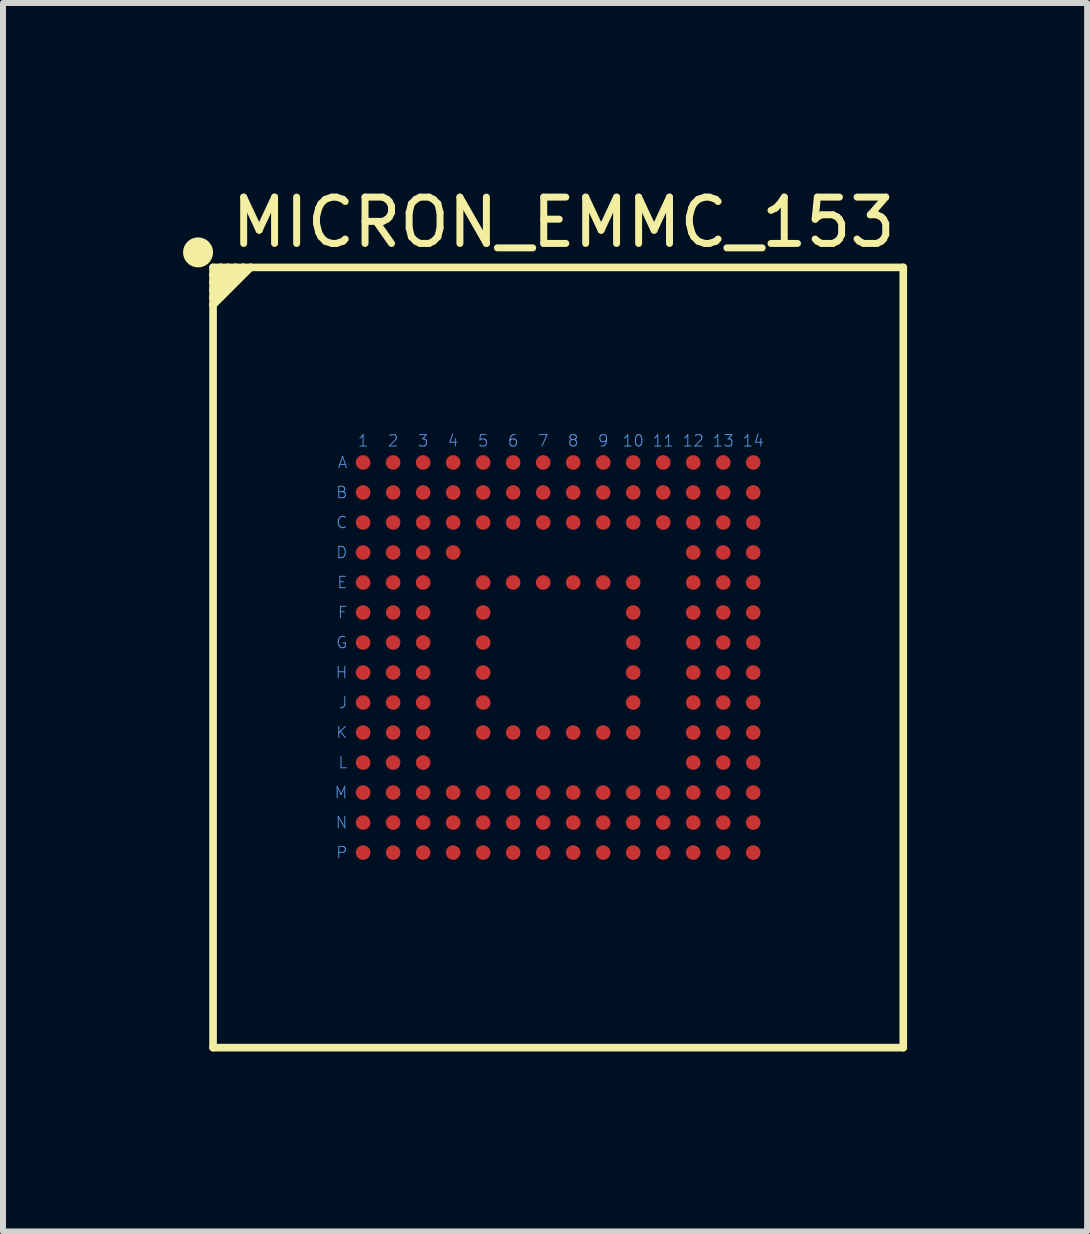
<source format=kicad_pcb>
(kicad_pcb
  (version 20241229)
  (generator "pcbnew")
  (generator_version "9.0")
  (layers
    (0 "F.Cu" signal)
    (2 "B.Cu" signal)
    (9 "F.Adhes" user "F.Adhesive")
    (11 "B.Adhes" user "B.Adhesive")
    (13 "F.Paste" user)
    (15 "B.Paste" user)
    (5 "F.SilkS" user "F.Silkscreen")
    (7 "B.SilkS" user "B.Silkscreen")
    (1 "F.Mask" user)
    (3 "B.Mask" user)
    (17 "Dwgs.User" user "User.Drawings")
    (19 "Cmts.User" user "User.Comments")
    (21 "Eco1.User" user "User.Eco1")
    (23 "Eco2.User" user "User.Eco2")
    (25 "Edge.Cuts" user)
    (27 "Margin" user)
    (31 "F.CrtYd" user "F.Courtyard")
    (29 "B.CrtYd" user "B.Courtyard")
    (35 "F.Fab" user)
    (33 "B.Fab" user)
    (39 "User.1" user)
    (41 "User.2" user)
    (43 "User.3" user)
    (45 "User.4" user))
  (footprint "MICRON_EMMC_153"
    (layer "F.Cu")
    (at 6.25 7.905)
    (property "Reference" "MICRON_EMMC_153" (at -5.5 -7.25 0) (layer "F.SilkS") (effects (font (size 0.772 0.772) (thickness 0.116)) (justify left)))
    (attr through_hole)
    (fp_line (start -5.75 -6.5) (end -5.75 -6.375) (stroke (width 0.127) (type solid)) (layer "F.SilkS"))
    (fp_line (start -5.75 -6.375) (end -5.75 -6.25) (stroke (width 0.127) (type solid)) (layer "F.SilkS"))
    (fp_line (start -5.75 -6.375) (end -5.625 -6.5) (stroke (width 0.127) (type solid)) (layer "F.SilkS"))
    (fp_line (start -5.75 -6.25) (end -5.75 -6.125) (stroke (width 0.127) (type solid)) (layer "F.SilkS"))
    (fp_line (start -5.75 -6.25) (end -5.5 -6.5) (stroke (width 0.127) (type solid)) (layer "F.SilkS"))
    (fp_line (start -5.75 -6.125) (end -5.75 -6) (stroke (width 0.127) (type solid)) (layer "F.SilkS"))
    (fp_line (start -5.75 -6.125) (end -5.375 -6.5) (stroke (width 0.127) (type solid)) (layer "F.SilkS"))
    (fp_line (start -5.75 -6) (end -5.75 -5.875) (stroke (width 0.127) (type solid)) (layer "F.SilkS"))
    (fp_line (start -5.75 -6) (end -5.25 -6.5) (stroke (width 0.127) (type solid)) (layer "F.SilkS"))
    (fp_line (start -5.75 -5.875) (end -5.75 6.5) (stroke (width 0.127) (type solid)) (layer "F.SilkS"))
    (fp_line (start -5.75 -5.875) (end -5.125 -6.5) (stroke (width 0.127) (type solid)) (layer "F.SilkS"))
    (fp_line (start -5.75 6.5) (end 5.75 6.5) (stroke (width 0.127) (type solid)) (layer "F.SilkS"))
    (fp_line (start -5.625 -6.5) (end -5.75 -6.5) (stroke (width 0.127) (type solid)) (layer "F.SilkS"))
    (fp_line (start -5.5 -6.5) (end -5.625 -6.5) (stroke (width 0.127) (type solid)) (layer "F.SilkS"))
    (fp_line (start -5.375 -6.5) (end -5.5 -6.5) (stroke (width 0.127) (type solid)) (layer "F.SilkS"))
    (fp_line (start -5.25 -6.5) (end -5.375 -6.5) (stroke (width 0.127) (type solid)) (layer "F.SilkS"))
    (fp_line (start -5.125 -6.5) (end -5.25 -6.5) (stroke (width 0.127) (type solid)) (layer "F.SilkS"))
    (fp_line (start 5.75 -6.5) (end -5.125 -6.5) (stroke (width 0.127) (type solid)) (layer "F.SilkS"))
    (fp_line (start 5.75 6.5) (end 5.75 -6.5) (stroke (width 0.127) (type solid)) (layer "F.SilkS"))
    (fp_circle (center -6 -6.75) (end -5.875 -6.75) (stroke (width 0.25) (type solid)) (fill no) (layer "F.SilkS"))
    (fp_text user "11" (at 1.75 -3.5 0) (layer "Cmts.User") (effects (font (size 0.19 0.19) (thickness 0.016)) (justify bottom)))
    (fp_text user "5" (at -1.25 -3.5 0) (layer "Cmts.User") (effects (font (size 0.19 0.19) (thickness 0.016)) (justify bottom)))
    (fp_text user "M" (at -3.5 2.25 0) (layer "Cmts.User") (effects (font (size 0.19 0.19) (thickness 0.016)) (justify right)))
    (fp_text user "14" (at 3.25 -3.5 0) (layer "Cmts.User") (effects (font (size 0.19 0.19) (thickness 0.016)) (justify bottom)))
    (fp_text user "L" (at -3.5 1.75 0) (layer "Cmts.User") (effects (font (size 0.19 0.19) (thickness 0.016)) (justify right)))
    (fp_text user "4" (at -1.75 -3.5 0) (layer "Cmts.User") (effects (font (size 0.19 0.19) (thickness 0.016)) (justify bottom)))
    (fp_text user "G" (at -3.5 -0.25 0) (layer "Cmts.User") (effects (font (size 0.19 0.19) (thickness 0.016)) (justify right)))
    (fp_text user "N" (at -3.5 2.75 0) (layer "Cmts.User") (effects (font (size 0.19 0.19) (thickness 0.016)) (justify right)))
    (fp_text user "H" (at -3.5 0.25 0) (layer "Cmts.User") (effects (font (size 0.19 0.19) (thickness 0.016)) (justify right)))
    (fp_text user "1" (at -3.25 -3.5 0) (layer "Cmts.User") (effects (font (size 0.19 0.19) (thickness 0.016)) (justify bottom)))
    (fp_text user "2" (at -2.75 -3.5 0) (layer "Cmts.User") (effects (font (size 0.19 0.19) (thickness 0.016)) (justify bottom)))
    (fp_text user "C" (at -3.5 -2.25 0) (layer "Cmts.User") (effects (font (size 0.19 0.19) (thickness 0.016)) (justify right)))
    (fp_text user "13" (at 2.75 -3.5 0) (layer "Cmts.User") (effects (font (size 0.19 0.19) (thickness 0.016)) (justify bottom)))
    (fp_text user "9" (at 0.75 -3.5 0) (layer "Cmts.User") (effects (font (size 0.19 0.19) (thickness 0.016)) (justify bottom)))
    (fp_text user "K" (at -3.5 1.25 0) (layer "Cmts.User") (effects (font (size 0.19 0.19) (thickness 0.016)) (justify right)))
    (fp_text user "D" (at -3.5 -1.75 0) (layer "Cmts.User") (effects (font (size 0.19 0.19) (thickness 0.016)) (justify right)))
    (fp_text user "8" (at 0.25 -3.5 0) (layer "Cmts.User") (effects (font (size 0.19 0.19) (thickness 0.016)) (justify bottom)))
    (fp_text user "6" (at -0.75 -3.5 0) (layer "Cmts.User") (effects (font (size 0.19 0.19) (thickness 0.016)) (justify bottom)))
    (fp_text user "10" (at 1.25 -3.5 0) (layer "Cmts.User") (effects (font (size 0.19 0.19) (thickness 0.016)) (justify bottom)))
    (fp_text user "12" (at 2.25 -3.5 0) (layer "Cmts.User") (effects (font (size 0.19 0.19) (thickness 0.016)) (justify bottom)))
    (fp_text user "7" (at -0.25 -3.5 0) (layer "Cmts.User") (effects (font (size 0.19 0.19) (thickness 0.016)) (justify bottom)))
    (fp_text user "F" (at -3.5 -0.75 0) (layer "Cmts.User") (effects (font (size 0.19 0.19) (thickness 0.016)) (justify right)))
    (fp_text user "A" (at -3.5 -3.25 0) (layer "Cmts.User") (effects (font (size 0.19 0.19) (thickness 0.016)) (justify right)))
    (fp_text user "P" (at -3.5 3.25 0) (layer "Cmts.User") (effects (font (size 0.19 0.19) (thickness 0.016)) (justify right)))
    (fp_text user "J" (at -3.5 0.75 0) (layer "Cmts.User") (effects (font (size 0.19 0.19) (thickness 0.016)) (justify right)))
    (fp_text user "B" (at -3.5 -2.75 0) (layer "Cmts.User") (effects (font (size 0.19 0.19) (thickness 0.016)) (justify right)))
    (fp_text user "E" (at -3.5 -1.25 0) (layer "Cmts.User") (effects (font (size 0.19 0.19) (thickness 0.016)) (justify right)))
    (fp_text user "3" (at -2.25 -3.5 0) (layer "Cmts.User") (effects (font (size 0.19 0.19) (thickness 0.016)) (justify bottom)))
    (pad "A1" smd roundrect (at -3.25 -3.25) (size 0.245 0.245) (layers "F.Cu" "F.Mask" "F.Paste") (roundrect_rratio 0.5))
    (pad "A2" smd roundrect (at -2.75 -3.25) (size 0.245 0.245) (layers "F.Cu" "F.Mask" "F.Paste") (roundrect_rratio 0.5))
    (pad "A3" smd roundrect (at -2.25 -3.25) (size 0.245 0.245) (layers "F.Cu" "F.Mask" "F.Paste") (roundrect_rratio 0.5))
    (pad "A4" smd roundrect (at -1.75 -3.25) (size 0.245 0.245) (layers "F.Cu" "F.Mask" "F.Paste") (roundrect_rratio 0.5))
    (pad "A5" smd roundrect (at -1.25 -3.25) (size 0.245 0.245) (layers "F.Cu" "F.Mask" "F.Paste") (roundrect_rratio 0.5))
    (pad "A6" smd roundrect (at -0.75 -3.25) (size 0.245 0.245) (layers "F.Cu" "F.Mask" "F.Paste") (roundrect_rratio 0.5))
    (pad "A7" smd roundrect (at -0.25 -3.25) (size 0.245 0.245) (layers "F.Cu" "F.Mask" "F.Paste") (roundrect_rratio 0.5))
    (pad "A8" smd roundrect (at 0.25 -3.25) (size 0.245 0.245) (layers "F.Cu" "F.Mask" "F.Paste") (roundrect_rratio 0.5))
    (pad "A9" smd roundrect (at 0.75 -3.25) (size 0.245 0.245) (layers "F.Cu" "F.Mask" "F.Paste") (roundrect_rratio 0.5))
    (pad "A10" smd roundrect (at 1.25 -3.25) (size 0.245 0.245) (layers "F.Cu" "F.Mask" "F.Paste") (roundrect_rratio 0.5))
    (pad "A11" smd roundrect (at 1.75 -3.25) (size 0.245 0.245) (layers "F.Cu" "F.Mask" "F.Paste") (roundrect_rratio 0.5))
    (pad "A12" smd roundrect (at 2.25 -3.25) (size 0.245 0.245) (layers "F.Cu" "F.Mask" "F.Paste") (roundrect_rratio 0.5))
    (pad "A13" smd roundrect (at 2.75 -3.25) (size 0.245 0.245) (layers "F.Cu" "F.Mask" "F.Paste") (roundrect_rratio 0.5))
    (pad "A14" smd roundrect (at 3.25 -3.25) (size 0.245 0.245) (layers "F.Cu" "F.Mask" "F.Paste") (roundrect_rratio 0.5))
    (pad "B1" smd roundrect (at -3.25 -2.75) (size 0.245 0.245) (layers "F.Cu" "F.Mask" "F.Paste") (roundrect_rratio 0.5))
    (pad "B2" smd roundrect (at -2.75 -2.75) (size 0.245 0.245) (layers "F.Cu" "F.Mask" "F.Paste") (roundrect_rratio 0.5))
    (pad "B3" smd roundrect (at -2.25 -2.75) (size 0.245 0.245) (layers "F.Cu" "F.Mask" "F.Paste") (roundrect_rratio 0.5))
    (pad "B4" smd roundrect (at -1.75 -2.75) (size 0.245 0.245) (layers "F.Cu" "F.Mask" "F.Paste") (roundrect_rratio 0.5))
    (pad "B5" smd roundrect (at -1.25 -2.75) (size 0.245 0.245) (layers "F.Cu" "F.Mask" "F.Paste") (roundrect_rratio 0.5))
    (pad "B6" smd roundrect (at -0.75 -2.75) (size 0.245 0.245) (layers "F.Cu" "F.Mask" "F.Paste") (roundrect_rratio 0.5))
    (pad "B7" smd roundrect (at -0.25 -2.75) (size 0.245 0.245) (layers "F.Cu" "F.Mask" "F.Paste") (roundrect_rratio 0.5))
    (pad "B8" smd roundrect (at 0.25 -2.75) (size 0.245 0.245) (layers "F.Cu" "F.Mask" "F.Paste") (roundrect_rratio 0.5))
    (pad "B9" smd roundrect (at 0.75 -2.75) (size 0.245 0.245) (layers "F.Cu" "F.Mask" "F.Paste") (roundrect_rratio 0.5))
    (pad "B10" smd roundrect (at 1.25 -2.75) (size 0.245 0.245) (layers "F.Cu" "F.Mask" "F.Paste") (roundrect_rratio 0.5))
    (pad "B11" smd roundrect (at 1.75 -2.75) (size 0.245 0.245) (layers "F.Cu" "F.Mask" "F.Paste") (roundrect_rratio 0.5))
    (pad "B12" smd roundrect (at 2.25 -2.75) (size 0.245 0.245) (layers "F.Cu" "F.Mask" "F.Paste") (roundrect_rratio 0.5))
    (pad "B13" smd roundrect (at 2.75 -2.75) (size 0.245 0.245) (layers "F.Cu" "F.Mask" "F.Paste") (roundrect_rratio 0.5))
    (pad "B14" smd roundrect (at 3.25 -2.75) (size 0.245 0.245) (layers "F.Cu" "F.Mask" "F.Paste") (roundrect_rratio 0.5))
    (pad "C1" smd roundrect (at -3.25 -2.25) (size 0.245 0.245) (layers "F.Cu" "F.Mask" "F.Paste") (roundrect_rratio 0.5))
    (pad "C2" smd roundrect (at -2.75 -2.25) (size 0.245 0.245) (layers "F.Cu" "F.Mask" "F.Paste") (roundrect_rratio 0.5))
    (pad "C3" smd roundrect (at -2.25 -2.25) (size 0.245 0.245) (layers "F.Cu" "F.Mask" "F.Paste") (roundrect_rratio 0.5))
    (pad "C4" smd roundrect (at -1.75 -2.25) (size 0.245 0.245) (layers "F.Cu" "F.Mask" "F.Paste") (roundrect_rratio 0.5))
    (pad "C5" smd roundrect (at -1.25 -2.25) (size 0.245 0.245) (layers "F.Cu" "F.Mask" "F.Paste") (roundrect_rratio 0.5))
    (pad "C6" smd roundrect (at -0.75 -2.25) (size 0.245 0.245) (layers "F.Cu" "F.Mask" "F.Paste") (roundrect_rratio 0.5))
    (pad "C7" smd roundrect (at -0.25 -2.25) (size 0.245 0.245) (layers "F.Cu" "F.Mask" "F.Paste") (roundrect_rratio 0.5))
    (pad "C8" smd roundrect (at 0.25 -2.25) (size 0.245 0.245) (layers "F.Cu" "F.Mask" "F.Paste") (roundrect_rratio 0.5))
    (pad "C9" smd roundrect (at 0.75 -2.25) (size 0.245 0.245) (layers "F.Cu" "F.Mask" "F.Paste") (roundrect_rratio 0.5))
    (pad "C10" smd roundrect (at 1.25 -2.25) (size 0.245 0.245) (layers "F.Cu" "F.Mask" "F.Paste") (roundrect_rratio 0.5))
    (pad "C11" smd roundrect (at 1.75 -2.25) (size 0.245 0.245) (layers "F.Cu" "F.Mask" "F.Paste") (roundrect_rratio 0.5))
    (pad "C12" smd roundrect (at 2.25 -2.25) (size 0.245 0.245) (layers "F.Cu" "F.Mask" "F.Paste") (roundrect_rratio 0.5))
    (pad "C13" smd roundrect (at 2.75 -2.25) (size 0.245 0.245) (layers "F.Cu" "F.Mask" "F.Paste") (roundrect_rratio 0.5))
    (pad "C14" smd roundrect (at 3.25 -2.25) (size 0.245 0.245) (layers "F.Cu" "F.Mask" "F.Paste") (roundrect_rratio 0.5))
    (pad "D1" smd roundrect (at -3.25 -1.75) (size 0.245 0.245) (layers "F.Cu" "F.Mask" "F.Paste") (roundrect_rratio 0.5))
    (pad "D2" smd roundrect (at -2.75 -1.75) (size 0.245 0.245) (layers "F.Cu" "F.Mask" "F.Paste") (roundrect_rratio 0.5))
    (pad "D3" smd roundrect (at -2.25 -1.75) (size 0.245 0.245) (layers "F.Cu" "F.Mask" "F.Paste") (roundrect_rratio 0.5))
    (pad "D4" smd roundrect (at -1.75 -1.75) (size 0.245 0.245) (layers "F.Cu" "F.Mask" "F.Paste") (roundrect_rratio 0.5))
    (pad "D12" smd roundrect (at 2.25 -1.75) (size 0.245 0.245) (layers "F.Cu" "F.Mask" "F.Paste") (roundrect_rratio 0.5))
    (pad "D13" smd roundrect (at 2.75 -1.75) (size 0.245 0.245) (layers "F.Cu" "F.Mask" "F.Paste") (roundrect_rratio 0.5))
    (pad "D14" smd roundrect (at 3.25 -1.75) (size 0.245 0.245) (layers "F.Cu" "F.Mask" "F.Paste") (roundrect_rratio 0.5))
    (pad "E1" smd roundrect (at -3.25 -1.25) (size 0.245 0.245) (layers "F.Cu" "F.Mask" "F.Paste") (roundrect_rratio 0.5))
    (pad "E2" smd roundrect (at -2.75 -1.25) (size 0.245 0.245) (layers "F.Cu" "F.Mask" "F.Paste") (roundrect_rratio 0.5))
    (pad "E3" smd roundrect (at -2.25 -1.25) (size 0.245 0.245) (layers "F.Cu" "F.Mask" "F.Paste") (roundrect_rratio 0.5))
    (pad "E5" smd roundrect (at -1.25 -1.25) (size 0.245 0.245) (layers "F.Cu" "F.Mask" "F.Paste") (roundrect_rratio 0.5))
    (pad "E6" smd roundrect (at -0.75 -1.25) (size 0.245 0.245) (layers "F.Cu" "F.Mask" "F.Paste") (roundrect_rratio 0.5))
    (pad "E7" smd roundrect (at -0.25 -1.25) (size 0.245 0.245) (layers "F.Cu" "F.Mask" "F.Paste") (roundrect_rratio 0.5))
    (pad "E8" smd roundrect (at 0.25 -1.25) (size 0.245 0.245) (layers "F.Cu" "F.Mask" "F.Paste") (roundrect_rratio 0.5))
    (pad "E9" smd roundrect (at 0.75 -1.25) (size 0.245 0.245) (layers "F.Cu" "F.Mask" "F.Paste") (roundrect_rratio 0.5))
    (pad "E10" smd roundrect (at 1.25 -1.25) (size 0.245 0.245) (layers "F.Cu" "F.Mask" "F.Paste") (roundrect_rratio 0.5))
    (pad "E12" smd roundrect (at 2.25 -1.25) (size 0.245 0.245) (layers "F.Cu" "F.Mask" "F.Paste") (roundrect_rratio 0.5))
    (pad "E13" smd roundrect (at 2.75 -1.25) (size 0.245 0.245) (layers "F.Cu" "F.Mask" "F.Paste") (roundrect_rratio 0.5))
    (pad "E14" smd roundrect (at 3.25 -1.25) (size 0.245 0.245) (layers "F.Cu" "F.Mask" "F.Paste") (roundrect_rratio 0.5))
    (pad "F1" smd roundrect (at -3.25 -0.75) (size 0.245 0.245) (layers "F.Cu" "F.Mask" "F.Paste") (roundrect_rratio 0.5))
    (pad "F2" smd roundrect (at -2.75 -0.75) (size 0.245 0.245) (layers "F.Cu" "F.Mask" "F.Paste") (roundrect_rratio 0.5))
    (pad "F3" smd roundrect (at -2.25 -0.75) (size 0.245 0.245) (layers "F.Cu" "F.Mask" "F.Paste") (roundrect_rratio 0.5))
    (pad "F5" smd roundrect (at -1.25 -0.75) (size 0.245 0.245) (layers "F.Cu" "F.Mask" "F.Paste") (roundrect_rratio 0.5))
    (pad "F10" smd roundrect (at 1.25 -0.75) (size 0.245 0.245) (layers "F.Cu" "F.Mask" "F.Paste") (roundrect_rratio 0.5))
    (pad "F12" smd roundrect (at 2.25 -0.75) (size 0.245 0.245) (layers "F.Cu" "F.Mask" "F.Paste") (roundrect_rratio 0.5))
    (pad "F13" smd roundrect (at 2.75 -0.75) (size 0.245 0.245) (layers "F.Cu" "F.Mask" "F.Paste") (roundrect_rratio 0.5))
    (pad "F14" smd roundrect (at 3.25 -0.75) (size 0.245 0.245) (layers "F.Cu" "F.Mask" "F.Paste") (roundrect_rratio 0.5))
    (pad "G1" smd roundrect (at -3.25 -0.25) (size 0.245 0.245) (layers "F.Cu" "F.Mask" "F.Paste") (roundrect_rratio 0.5))
    (pad "G2" smd roundrect (at -2.75 -0.25) (size 0.245 0.245) (layers "F.Cu" "F.Mask" "F.Paste") (roundrect_rratio 0.5))
    (pad "G3" smd roundrect (at -2.25 -0.25) (size 0.245 0.245) (layers "F.Cu" "F.Mask" "F.Paste") (roundrect_rratio 0.5))
    (pad "G5" smd roundrect (at -1.25 -0.25) (size 0.245 0.245) (layers "F.Cu" "F.Mask" "F.Paste") (roundrect_rratio 0.5))
    (pad "G10" smd roundrect (at 1.25 -0.25) (size 0.245 0.245) (layers "F.Cu" "F.Mask" "F.Paste") (roundrect_rratio 0.5))
    (pad "G12" smd roundrect (at 2.25 -0.25) (size 0.245 0.245) (layers "F.Cu" "F.Mask" "F.Paste") (roundrect_rratio 0.5))
    (pad "G13" smd roundrect (at 2.75 -0.25) (size 0.245 0.245) (layers "F.Cu" "F.Mask" "F.Paste") (roundrect_rratio 0.5))
    (pad "G14" smd roundrect (at 3.25 -0.25) (size 0.245 0.245) (layers "F.Cu" "F.Mask" "F.Paste") (roundrect_rratio 0.5))
    (pad "H1" smd roundrect (at -3.25 0.25) (size 0.245 0.245) (layers "F.Cu" "F.Mask" "F.Paste") (roundrect_rratio 0.5))
    (pad "H2" smd roundrect (at -2.75 0.25) (size 0.245 0.245) (layers "F.Cu" "F.Mask" "F.Paste") (roundrect_rratio 0.5))
    (pad "H3" smd roundrect (at -2.25 0.25) (size 0.245 0.245) (layers "F.Cu" "F.Mask" "F.Paste") (roundrect_rratio 0.5))
    (pad "H5" smd roundrect (at -1.25 0.25) (size 0.245 0.245) (layers "F.Cu" "F.Mask" "F.Paste") (roundrect_rratio 0.5))
    (pad "H10" smd roundrect (at 1.25 0.25) (size 0.245 0.245) (layers "F.Cu" "F.Mask" "F.Paste") (roundrect_rratio 0.5))
    (pad "H12" smd roundrect (at 2.25 0.25) (size 0.245 0.245) (layers "F.Cu" "F.Mask" "F.Paste") (roundrect_rratio 0.5))
    (pad "H13" smd roundrect (at 2.75 0.25) (size 0.245 0.245) (layers "F.Cu" "F.Mask" "F.Paste") (roundrect_rratio 0.5))
    (pad "H14" smd roundrect (at 3.25 0.25) (size 0.245 0.245) (layers "F.Cu" "F.Mask" "F.Paste") (roundrect_rratio 0.5))
    (pad "J1" smd roundrect (at -3.25 0.75) (size 0.245 0.245) (layers "F.Cu" "F.Mask" "F.Paste") (roundrect_rratio 0.5))
    (pad "J2" smd roundrect (at -2.75 0.75) (size 0.245 0.245) (layers "F.Cu" "F.Mask" "F.Paste") (roundrect_rratio 0.5))
    (pad "J3" smd roundrect (at -2.25 0.75) (size 0.245 0.245) (layers "F.Cu" "F.Mask" "F.Paste") (roundrect_rratio 0.5))
    (pad "J5" smd roundrect (at -1.25 0.75) (size 0.245 0.245) (layers "F.Cu" "F.Mask" "F.Paste") (roundrect_rratio 0.5))
    (pad "J10" smd roundrect (at 1.25 0.75) (size 0.245 0.245) (layers "F.Cu" "F.Mask" "F.Paste") (roundrect_rratio 0.5))
    (pad "J12" smd roundrect (at 2.25 0.75) (size 0.245 0.245) (layers "F.Cu" "F.Mask" "F.Paste") (roundrect_rratio 0.5))
    (pad "J13" smd roundrect (at 2.75 0.75) (size 0.245 0.245) (layers "F.Cu" "F.Mask" "F.Paste") (roundrect_rratio 0.5))
    (pad "J14" smd roundrect (at 3.25 0.75) (size 0.245 0.245) (layers "F.Cu" "F.Mask" "F.Paste") (roundrect_rratio 0.5))
    (pad "K1" smd roundrect (at -3.25 1.25) (size 0.245 0.245) (layers "F.Cu" "F.Mask" "F.Paste") (roundrect_rratio 0.5))
    (pad "K2" smd roundrect (at -2.75 1.25) (size 0.245 0.245) (layers "F.Cu" "F.Mask" "F.Paste") (roundrect_rratio 0.5))
    (pad "K3" smd roundrect (at -2.25 1.25) (size 0.245 0.245) (layers "F.Cu" "F.Mask" "F.Paste") (roundrect_rratio 0.5))
    (pad "K5" smd roundrect (at -1.25 1.25) (size 0.245 0.245) (layers "F.Cu" "F.Mask" "F.Paste") (roundrect_rratio 0.5))
    (pad "K6" smd roundrect (at -0.75 1.25) (size 0.245 0.245) (layers "F.Cu" "F.Mask" "F.Paste") (roundrect_rratio 0.5))
    (pad "K7" smd roundrect (at -0.25 1.25) (size 0.245 0.245) (layers "F.Cu" "F.Mask" "F.Paste") (roundrect_rratio 0.5))
    (pad "K8" smd roundrect (at 0.25 1.25) (size 0.245 0.245) (layers "F.Cu" "F.Mask" "F.Paste") (roundrect_rratio 0.5))
    (pad "K9" smd roundrect (at 0.75 1.25) (size 0.245 0.245) (layers "F.Cu" "F.Mask" "F.Paste") (roundrect_rratio 0.5))
    (pad "K10" smd roundrect (at 1.25 1.25) (size 0.245 0.245) (layers "F.Cu" "F.Mask" "F.Paste") (roundrect_rratio 0.5))
    (pad "K12" smd roundrect (at 2.25 1.25) (size 0.245 0.245) (layers "F.Cu" "F.Mask" "F.Paste") (roundrect_rratio 0.5))
    (pad "K13" smd roundrect (at 2.75 1.25) (size 0.245 0.245) (layers "F.Cu" "F.Mask" "F.Paste") (roundrect_rratio 0.5))
    (pad "K14" smd roundrect (at 3.25 1.25) (size 0.245 0.245) (layers "F.Cu" "F.Mask" "F.Paste") (roundrect_rratio 0.5))
    (pad "L1" smd roundrect (at -3.25 1.75) (size 0.245 0.245) (layers "F.Cu" "F.Mask" "F.Paste") (roundrect_rratio 0.5))
    (pad "L2" smd roundrect (at -2.75 1.75) (size 0.245 0.245) (layers "F.Cu" "F.Mask" "F.Paste") (roundrect_rratio 0.5))
    (pad "L3" smd roundrect (at -2.25 1.75) (size 0.245 0.245) (layers "F.Cu" "F.Mask" "F.Paste") (roundrect_rratio 0.5))
    (pad "L12" smd roundrect (at 2.25 1.75) (size 0.245 0.245) (layers "F.Cu" "F.Mask" "F.Paste") (roundrect_rratio 0.5))
    (pad "L13" smd roundrect (at 2.75 1.75) (size 0.245 0.245) (layers "F.Cu" "F.Mask" "F.Paste") (roundrect_rratio 0.5))
    (pad "L14" smd roundrect (at 3.25 1.75) (size 0.245 0.245) (layers "F.Cu" "F.Mask" "F.Paste") (roundrect_rratio 0.5))
    (pad "M1" smd roundrect (at -3.25 2.25) (size 0.245 0.245) (layers "F.Cu" "F.Mask" "F.Paste") (roundrect_rratio 0.5))
    (pad "M2" smd roundrect (at -2.75 2.25) (size 0.245 0.245) (layers "F.Cu" "F.Mask" "F.Paste") (roundrect_rratio 0.5))
    (pad "M3" smd roundrect (at -2.25 2.25) (size 0.245 0.245) (layers "F.Cu" "F.Mask" "F.Paste") (roundrect_rratio 0.5))
    (pad "M4" smd roundrect (at -1.75 2.25) (size 0.245 0.245) (layers "F.Cu" "F.Mask" "F.Paste") (roundrect_rratio 0.5))
    (pad "M5" smd roundrect (at -1.25 2.25) (size 0.245 0.245) (layers "F.Cu" "F.Mask" "F.Paste") (roundrect_rratio 0.5))
    (pad "M6" smd roundrect (at -0.75 2.25) (size 0.245 0.245) (layers "F.Cu" "F.Mask" "F.Paste") (roundrect_rratio 0.5))
    (pad "M7" smd roundrect (at -0.25 2.25) (size 0.245 0.245) (layers "F.Cu" "F.Mask" "F.Paste") (roundrect_rratio 0.5))
    (pad "M8" smd roundrect (at 0.25 2.25) (size 0.245 0.245) (layers "F.Cu" "F.Mask" "F.Paste") (roundrect_rratio 0.5))
    (pad "M9" smd roundrect (at 0.75 2.25) (size 0.245 0.245) (layers "F.Cu" "F.Mask" "F.Paste") (roundrect_rratio 0.5))
    (pad "M10" smd roundrect (at 1.25 2.25) (size 0.245 0.245) (layers "F.Cu" "F.Mask" "F.Paste") (roundrect_rratio 0.5))
    (pad "M11" smd roundrect (at 1.75 2.25) (size 0.245 0.245) (layers "F.Cu" "F.Mask" "F.Paste") (roundrect_rratio 0.5))
    (pad "M12" smd roundrect (at 2.25 2.25) (size 0.245 0.245) (layers "F.Cu" "F.Mask" "F.Paste") (roundrect_rratio 0.5))
    (pad "M13" smd roundrect (at 2.75 2.25) (size 0.245 0.245) (layers "F.Cu" "F.Mask" "F.Paste") (roundrect_rratio 0.5))
    (pad "M14" smd roundrect (at 3.25 2.25) (size 0.245 0.245) (layers "F.Cu" "F.Mask" "F.Paste") (roundrect_rratio 0.5))
    (pad "N1" smd roundrect (at -3.25 2.75) (size 0.245 0.245) (layers "F.Cu" "F.Mask" "F.Paste") (roundrect_rratio 0.5))
    (pad "N2" smd roundrect (at -2.75 2.75) (size 0.245 0.245) (layers "F.Cu" "F.Mask" "F.Paste") (roundrect_rratio 0.5))
    (pad "N3" smd roundrect (at -2.25 2.75) (size 0.245 0.245) (layers "F.Cu" "F.Mask" "F.Paste") (roundrect_rratio 0.5))
    (pad "N4" smd roundrect (at -1.75 2.75) (size 0.245 0.245) (layers "F.Cu" "F.Mask" "F.Paste") (roundrect_rratio 0.5))
    (pad "N5" smd roundrect (at -1.25 2.75) (size 0.245 0.245) (layers "F.Cu" "F.Mask" "F.Paste") (roundrect_rratio 0.5))
    (pad "N6" smd roundrect (at -0.75 2.75) (size 0.245 0.245) (layers "F.Cu" "F.Mask" "F.Paste") (roundrect_rratio 0.5))
    (pad "N7" smd roundrect (at -0.25 2.75) (size 0.245 0.245) (layers "F.Cu" "F.Mask" "F.Paste") (roundrect_rratio 0.5))
    (pad "N8" smd roundrect (at 0.25 2.75) (size 0.245 0.245) (layers "F.Cu" "F.Mask" "F.Paste") (roundrect_rratio 0.5))
    (pad "N9" smd roundrect (at 0.75 2.75) (size 0.245 0.245) (layers "F.Cu" "F.Mask" "F.Paste") (roundrect_rratio 0.5))
    (pad "N10" smd roundrect (at 1.25 2.75) (size 0.245 0.245) (layers "F.Cu" "F.Mask" "F.Paste") (roundrect_rratio 0.5))
    (pad "N11" smd roundrect (at 1.75 2.75) (size 0.245 0.245) (layers "F.Cu" "F.Mask" "F.Paste") (roundrect_rratio 0.5))
    (pad "N12" smd roundrect (at 2.25 2.75) (size 0.245 0.245) (layers "F.Cu" "F.Mask" "F.Paste") (roundrect_rratio 0.5))
    (pad "N13" smd roundrect (at 2.75 2.75) (size 0.245 0.245) (layers "F.Cu" "F.Mask" "F.Paste") (roundrect_rratio 0.5))
    (pad "N14" smd roundrect (at 3.25 2.75) (size 0.245 0.245) (layers "F.Cu" "F.Mask" "F.Paste") (roundrect_rratio 0.5))
    (pad "P1" smd roundrect (at -3.25 3.25) (size 0.245 0.245) (layers "F.Cu" "F.Mask" "F.Paste") (roundrect_rratio 0.5))
    (pad "P2" smd roundrect (at -2.75 3.25) (size 0.245 0.245) (layers "F.Cu" "F.Mask" "F.Paste") (roundrect_rratio 0.5))
    (pad "P3" smd roundrect (at -2.25 3.25) (size 0.245 0.245) (layers "F.Cu" "F.Mask" "F.Paste") (roundrect_rratio 0.5))
    (pad "P4" smd roundrect (at -1.75 3.25) (size 0.245 0.245) (layers "F.Cu" "F.Mask" "F.Paste") (roundrect_rratio 0.5))
    (pad "P5" smd roundrect (at -1.25 3.25) (size 0.245 0.245) (layers "F.Cu" "F.Mask" "F.Paste") (roundrect_rratio 0.5))
    (pad "P6" smd roundrect (at -0.75 3.25) (size 0.245 0.245) (layers "F.Cu" "F.Mask" "F.Paste") (roundrect_rratio 0.5))
    (pad "P7" smd roundrect (at -0.25 3.25) (size 0.245 0.245) (layers "F.Cu" "F.Mask" "F.Paste") (roundrect_rratio 0.5))
    (pad "P8" smd roundrect (at 0.25 3.25) (size 0.245 0.245) (layers "F.Cu" "F.Mask" "F.Paste") (roundrect_rratio 0.5))
    (pad "P9" smd roundrect (at 0.75 3.25) (size 0.245 0.245) (layers "F.Cu" "F.Mask" "F.Paste") (roundrect_rratio 0.5))
    (pad "P10" smd roundrect (at 1.25 3.25) (size 0.245 0.245) (layers "F.Cu" "F.Mask" "F.Paste") (roundrect_rratio 0.5))
    (pad "P11" smd roundrect (at 1.75 3.25) (size 0.245 0.245) (layers "F.Cu" "F.Mask" "F.Paste") (roundrect_rratio 0.5))
    (pad "P12" smd roundrect (at 2.25 3.25) (size 0.245 0.245) (layers "F.Cu" "F.Mask" "F.Paste") (roundrect_rratio 0.5))
    (pad "P13" smd roundrect (at 2.75 3.25) (size 0.245 0.245) (layers "F.Cu" "F.Mask" "F.Paste") (roundrect_rratio 0.5))
    (pad "P14" smd roundrect (at 3.25 3.25) (size 0.245 0.245) (layers "F.Cu" "F.Mask" "F.Paste") (roundrect_rratio 0.5)))
  (gr_rect
    (start -3 -3)
    (end 15.063 17.468)
    (stroke (width 0.1) (type default))
    (fill no)
    (layer "Edge.Cuts")))
</source>
